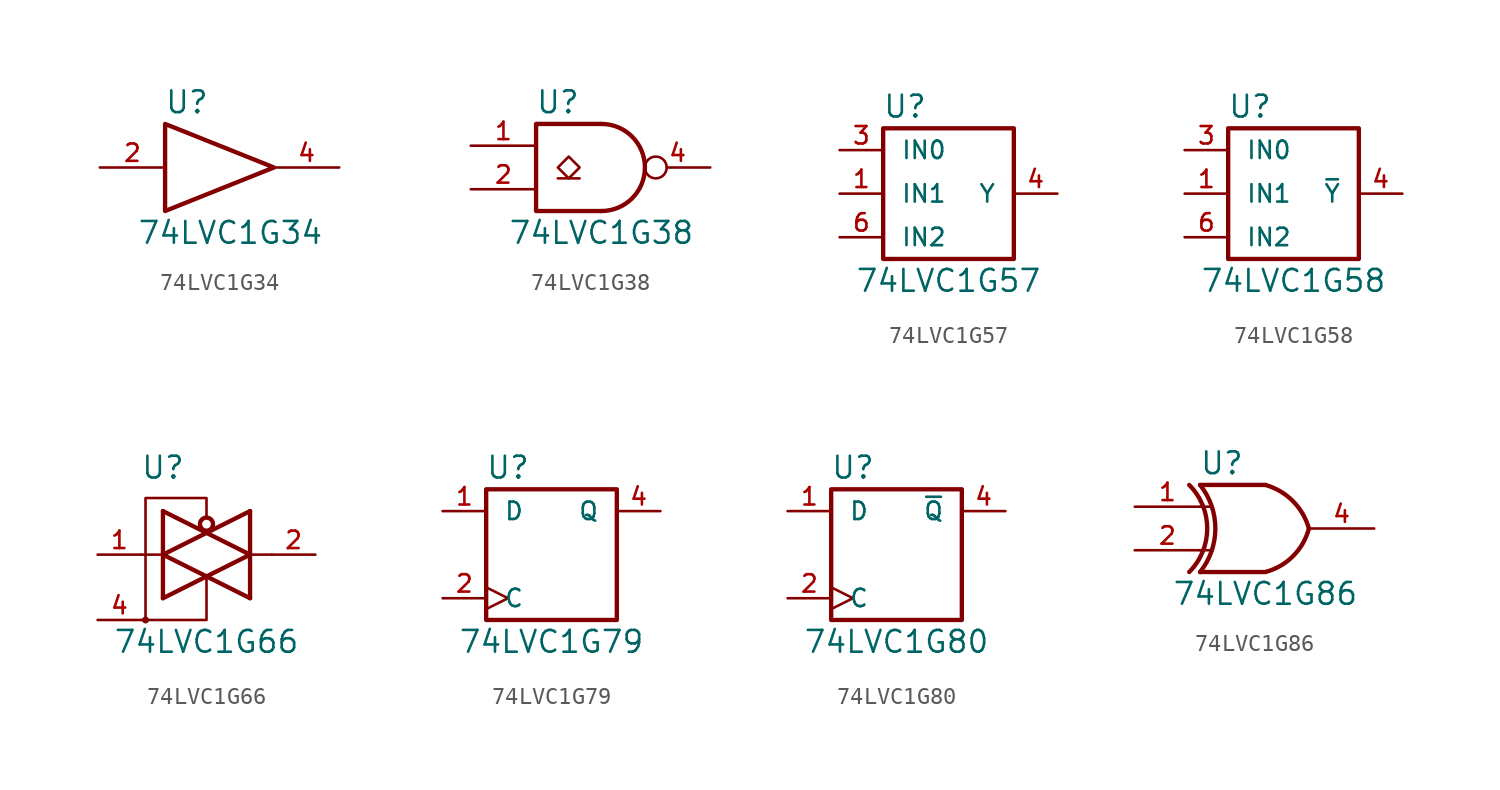
<source format=kicad_sym>
(kicad_symbol_lib
  (version 20200908)
  (generator kicad_symbol_editor)
  (symbol "74xGxx:74LVC1G34"
    (pin_names
      (offset 1.016))
    (property "Reference" "U"
      (at -2.54 3.81 0)
      (effects (font (size 1.27 1.27))))
    (property "Value" "74LVC1G34"
      (at 0 -3.81 0)
      (effects (font (size 1.27 1.27))))
    (symbol "74LVC1G34_0_1"
      (polyline (pts (xy -3.81 2.54) (xy -3.81 -2.54) (xy 2.54 0) (xy -3.81 2.54)) (stroke (width 0.254)) (fill (type none))))
    (symbol "74LVC1G34_1_1"
      (pin input line (at -7.62 0 0) (length 3.81) (name "~" (effects (font (size 1.016 1.016)))) (number "2" (effects (font (size 1.016 1.016)))))
      (pin power_in line (at 0 -2.54 270) (length 0) hide (name "GND" (effects (font (size 1.016 1.016)))) (number "3" (effects (font (size 1.016 1.016)))))
      (pin output line (at 6.35 0 180) (length 3.81) (name "~" (effects (font (size 1.016 1.016)))) (number "4" (effects (font (size 1.016 1.016)))))
      (pin power_in line (at 0 2.54 90) (length 0) hide (name "VCC" (effects (font (size 1.016 1.016)))) (number "5" (effects (font (size 1.016 1.016)))))))
  (symbol "74xGxx:74LVC1G38"
    (pin_names
      (offset 1.016))
    (property "Reference" "U"
      (at -2.54 3.81 0)
      (effects (font (size 1.27 1.27))))
    (property "Value" "74LVC1G38"
      (at 0 -3.81 0)
      (effects (font (size 1.27 1.27))))
    (symbol "74LVC1G38_0_1"
      (arc (start 0 -2.54) (end 0 2.54) (radius (at 0 0) (length 2.54) (angles -89.9 89.9)) (stroke (width 0.254)) (fill (type none)))
      (polyline (pts (xy -2.54 -0.635) (xy -1.27 -0.635)) (stroke (width 0)) (fill (type none)))
      (polyline (pts (xy 0 -2.54) (xy -3.81 -2.54) (xy -3.81 2.54) (xy 0 2.54)) (stroke (width 0.254)) (fill (type none)))
      (polyline (pts (xy -1.905 0.635) (xy -2.54 0) (xy -1.905 -0.635) (xy -1.27 0) (xy -1.905 0.635)) (stroke (width 0)) (fill (type none))))
    (symbol "74LVC1G38_1_1"
      (pin input line (at -7.62 1.27 0) (length 3.81) (name "~" (effects (font (size 1.016 1.016)))) (number "1" (effects (font (size 1.016 1.016)))))
      (pin input line (at -7.62 -1.27 0) (length 3.81) (name "~" (effects (font (size 1.016 1.016)))) (number "2" (effects (font (size 1.016 1.016)))))
      (pin power_in line (at 0 -2.54 270) (length 0) hide (name "GND" (effects (font (size 1.016 1.016)))) (number "3" (effects (font (size 1.016 1.016)))))
      (pin output inverted (at 6.35 0 180) (length 3.81) (name "~" (effects (font (size 1.016 1.016)))) (number "4" (effects (font (size 1.016 1.016)))))
      (pin power_in line (at 0 2.54 90) (length 0) hide (name "VCC" (effects (font (size 1.016 1.016)))) (number "5" (effects (font (size 1.016 1.016)))))))
  (symbol "74xGxx:74LVC1G57"
    (pin_names
      (offset 1.016))
    (property "Reference" "U"
      (at -2.54 5.08 0)
      (effects (font (size 1.27 1.27))))
    (property "Value" "74LVC1G57"
      (at 0 -5.08 0)
      (effects (font (size 1.27 1.27))))
    (symbol "74LVC1G57_0_1"
      (rectangle (start -3.81 3.81) (end 3.81 -3.81) (stroke (width 0.254)) (fill (type none))))
    (symbol "74LVC1G57_1_1"
      (pin input line (at -6.35 0 0) (length 2.54) (name "IN1" (effects (font (size 1.016 1.016)))) (number "1" (effects (font (size 1.016 1.016)))))
      (pin power_in line (at 0 -3.81 270) (length 0) hide (name "GND" (effects (font (size 1.016 1.016)))) (number "2" (effects (font (size 1.016 1.016)))))
      (pin input line (at -6.35 2.54 0) (length 2.54) (name "IN0" (effects (font (size 1.016 1.016)))) (number "3" (effects (font (size 1.016 1.016)))))
      (pin output line (at 6.35 0 180) (length 2.54) (name "Y" (effects (font (size 1.016 1.016)))) (number "4" (effects (font (size 1.016 1.016)))))
      (pin power_in line (at 0 3.81 90) (length 0) hide (name "VCC" (effects (font (size 1.016 1.016)))) (number "5" (effects (font (size 1.016 1.016)))))
      (pin input line (at -6.35 -2.54 0) (length 2.54) (name "IN2" (effects (font (size 1.016 1.016)))) (number "6" (effects (font (size 1.016 1.016)))))))
  (symbol "74xGxx:74LVC1G58"
    (pin_names
      (offset 1.016))
    (property "Reference" "U"
      (at -2.54 5.08 0)
      (effects (font (size 1.27 1.27))))
    (property "Value" "74LVC1G58"
      (at 0 -5.08 0)
      (effects (font (size 1.27 1.27))))
    (symbol "74LVC1G58_0_1"
      (rectangle (start -3.81 3.81) (end 3.81 -3.81) (stroke (width 0.254)) (fill (type none))))
    (symbol "74LVC1G58_1_1"
      (pin input line (at -6.35 0 0) (length 2.54) (name "IN1" (effects (font (size 1.016 1.016)))) (number "1" (effects (font (size 1.016 1.016)))))
      (pin power_in line (at 0 -3.81 270) (length 0) hide (name "GND" (effects (font (size 1.016 1.016)))) (number "2" (effects (font (size 1.016 1.016)))))
      (pin input line (at -6.35 2.54 0) (length 2.54) (name "IN0" (effects (font (size 1.016 1.016)))) (number "3" (effects (font (size 1.016 1.016)))))
      (pin output line (at 6.35 0 180) (length 2.54) (name "~Y" (effects (font (size 1.016 1.016)))) (number "4" (effects (font (size 1.016 1.016)))))
      (pin power_in line (at 0 3.81 90) (length 0) hide (name "VCC" (effects (font (size 1.016 1.016)))) (number "5" (effects (font (size 1.016 1.016)))))
      (pin input line (at -6.35 -2.54 0) (length 2.54) (name "IN2" (effects (font (size 1.016 1.016)))) (number "6" (effects (font (size 1.016 1.016)))))))
  (symbol "74xGxx:74LVC1G66"
    (property "Reference" "U"
      (at -2.54 5.08 0)
      (effects (font (size 1.27 1.27))))
    (property "Value" "74LVC1G66"
      (at 0 -5.08 0)
      (effects (font (size 1.27 1.27))))
    (symbol "74LVC1G66_0_1"
      (circle (center -3.556 -3.81) (radius 0.127) (stroke (width 0)) (fill (type none)))
      (circle (center 0 1.778) (radius 0.381) (stroke (width 0.254)) (fill (type none)))
      (polyline (pts (xy -3.81 0) (xy -2.54 0)) (stroke (width 0)) (fill (type none)))
      (polyline (pts (xy -2.54 2.54) (xy -2.54 -2.54)) (stroke (width 0.254)) (fill (type none)))
      (polyline (pts (xy 2.54 0) (xy 3.81 0)) (stroke (width 0)) (fill (type none)))
      (polyline (pts (xy 2.54 2.54) (xy 2.54 -2.54)) (stroke (width 0.254)) (fill (type none)))
      (polyline (pts (xy -3.81 -3.81) (xy 0 -3.81) (xy 0 -1.27)) (stroke (width 0)) (fill (type none)))
      (polyline (pts (xy -2.54 -2.54) (xy 2.54 0) (xy -2.54 2.54)) (stroke (width 0.254)) (fill (type none)))
      (polyline (pts (xy 2.54 2.54) (xy -2.54 0) (xy 2.54 -2.54)) (stroke (width 0.254)) (fill (type none)))
      (polyline (pts (xy 0 2.159) (xy 0 3.302) (xy -3.556 3.302) (xy -3.556 -3.81)) (stroke (width 0)) (fill (type none))))
    (symbol "74LVC1G66_1_1"
      (pin bidirectional line (at -6.35 0 0) (length 2.54) (name "~" (effects (font (size 1.016 1.016)))) (number "1" (effects (font (size 1.016 1.016)))))
      (pin bidirectional line (at 6.35 0 180) (length 2.54) (name "~" (effects (font (size 1.016 1.016)))) (number "2" (effects (font (size 1.016 1.016)))))
      (pin power_in line (at 1.27 -3.81 270) (length 0) hide (name "GND" (effects (font (size 1.016 1.016)))) (number "3" (effects (font (size 1.016 1.016)))))
      (pin input line (at -6.35 -3.81 0) (length 2.54) (name "~" (effects (font (size 1.016 1.016)))) (number "4" (effects (font (size 1.016 1.016)))))
      (pin power_in line (at 1.27 3.81 90) (length 0) hide (name "VCC" (effects (font (size 1.016 1.016)))) (number "5" (effects (font (size 1.016 1.016)))))))
  (symbol "74xGxx:74LVC1G79"
    (pin_names
      (offset 1.016))
    (property "Reference" "U"
      (at -2.54 5.08 0)
      (effects (font (size 1.27 1.27))))
    (property "Value" "74LVC1G79"
      (at 0 -5.08 0)
      (effects (font (size 1.27 1.27))))
    (symbol "74LVC1G79_0_1"
      (rectangle (start -3.81 3.81) (end 3.81 -3.81) (stroke (width 0.254)) (fill (type none))))
    (symbol "74LVC1G79_1_1"
      (pin input line (at -6.35 2.54 0) (length 2.54) (name "D" (effects (font (size 1.016 1.016)))) (number "1" (effects (font (size 1.016 1.016)))))
      (pin input clock (at -6.35 -2.54 0) (length 2.54) (name "C" (effects (font (size 1.016 1.016)))) (number "2" (effects (font (size 1.016 1.016)))))
      (pin power_in line (at 0 -3.81 270) (length 0) hide (name "GND" (effects (font (size 1.016 1.016)))) (number "3" (effects (font (size 1.016 1.016)))))
      (pin output line (at 6.35 2.54 180) (length 2.54) (name "Q" (effects (font (size 1.016 1.016)))) (number "4" (effects (font (size 1.016 1.016)))))
      (pin power_in line (at 0 3.81 90) (length 0) hide (name "VCC" (effects (font (size 1.016 1.016)))) (number "5" (effects (font (size 1.016 1.016)))))))
  (symbol "74xGxx:74LVC1G80"
    (pin_names
      (offset 1.016))
    (property "Reference" "U"
      (at -2.54 5.08 0)
      (effects (font (size 1.27 1.27))))
    (property "Value" "74LVC1G80"
      (at 0 -5.08 0)
      (effects (font (size 1.27 1.27))))
    (symbol "74LVC1G80_0_1"
      (rectangle (start -3.81 3.81) (end 3.81 -3.81) (stroke (width 0.254)) (fill (type none))))
    (symbol "74LVC1G80_1_1"
      (pin input line (at -6.35 2.54 0) (length 2.54) (name "D" (effects (font (size 1.016 1.016)))) (number "1" (effects (font (size 1.016 1.016)))))
      (pin input clock (at -6.35 -2.54 0) (length 2.54) (name "C" (effects (font (size 1.016 1.016)))) (number "2" (effects (font (size 1.016 1.016)))))
      (pin power_in line (at 0 -3.81 270) (length 0) hide (name "GND" (effects (font (size 1.016 1.016)))) (number "3" (effects (font (size 1.016 1.016)))))
      (pin output line (at 6.35 2.54 180) (length 2.54) (name "~Q" (effects (font (size 1.016 1.016)))) (number "4" (effects (font (size 1.016 1.016)))))
      (pin power_in line (at 0 3.81 90) (length 0) hide (name "VCC" (effects (font (size 1.016 1.016)))) (number "5" (effects (font (size 1.016 1.016)))))))
  (symbol "74xGxx:74LVC1G86"
    (pin_names
      (offset 1.016))
    (property "Reference" "U"
      (at -2.54 3.81 0)
      (effects (font (size 1.27 1.27))))
    (property "Value" "74LVC1G86"
      (at 0 -3.81 0)
      (effects (font (size 1.27 1.27))))
    (symbol "74LVC1G86_0_1"
      (arc (start -3.81 2.54) (end -3.81 -2.54) (radius (at -6.985 0) (length 4.064) (angles 38.6 -38.6)) (stroke (width 0.254)) (fill (type none)))
      (arc (start -4.445 -2.54) (end -4.445 2.54) (radius (at -6.985 0) (length 3.5814) (angles -45 45)) (stroke (width 0.254)) (fill (type none)))
      (arc (start 0 2.54) (end 2.54 0) (radius (at -0.9652 -0.9398) (length 3.6068) (angles 74.4 15)) (stroke (width 0.254)) (fill (type none)))
      (arc (start 0 -2.54) (end 2.54 0) (radius (at -0.9652 0.9398) (length 3.6068) (angles -74.4 -15)) (stroke (width 0.254)) (fill (type none)))
      (polyline (pts (xy -3.81 -1.27) (xy -3.175 -1.27)) (stroke (width 0)) (fill (type none)))
      (polyline (pts (xy -3.81 1.27) (xy -3.175 1.27)) (stroke (width 0)) (fill (type none)))
      (polyline (pts (xy 0 -2.54) (xy -3.81 -2.54)) (stroke (width 0.254)) (fill (type background)))
      (polyline (pts (xy 0 2.54) (xy -3.81 2.54)) (stroke (width 0.254)) (fill (type background))))
    (symbol "74LVC1G86_1_1"
      (pin input line (at -7.62 1.27 0) (length 3.81) (name "~" (effects (font (size 1.016 1.016)))) (number "1" (effects (font (size 1.016 1.016)))))
      (pin input line (at -7.62 -1.27 0) (length 3.81) (name "~" (effects (font (size 1.016 1.016)))) (number "2" (effects (font (size 1.016 1.016)))))
      (pin power_in line (at 0 -2.54 270) (length 0) hide (name "GND" (effects (font (size 1.016 1.016)))) (number "3" (effects (font (size 1.016 1.016)))))
      (pin output line (at 6.35 0 180) (length 3.81) (name "~" (effects (font (size 1.016 1.016)))) (number "4" (effects (font (size 1.016 1.016)))))
      (pin power_in line (at 0 2.54 90) (length 0) hide (name "VCC" (effects (font (size 1.016 1.016)))) (number "5" (effects (font (size 1.016 1.016))))))))
</source>
